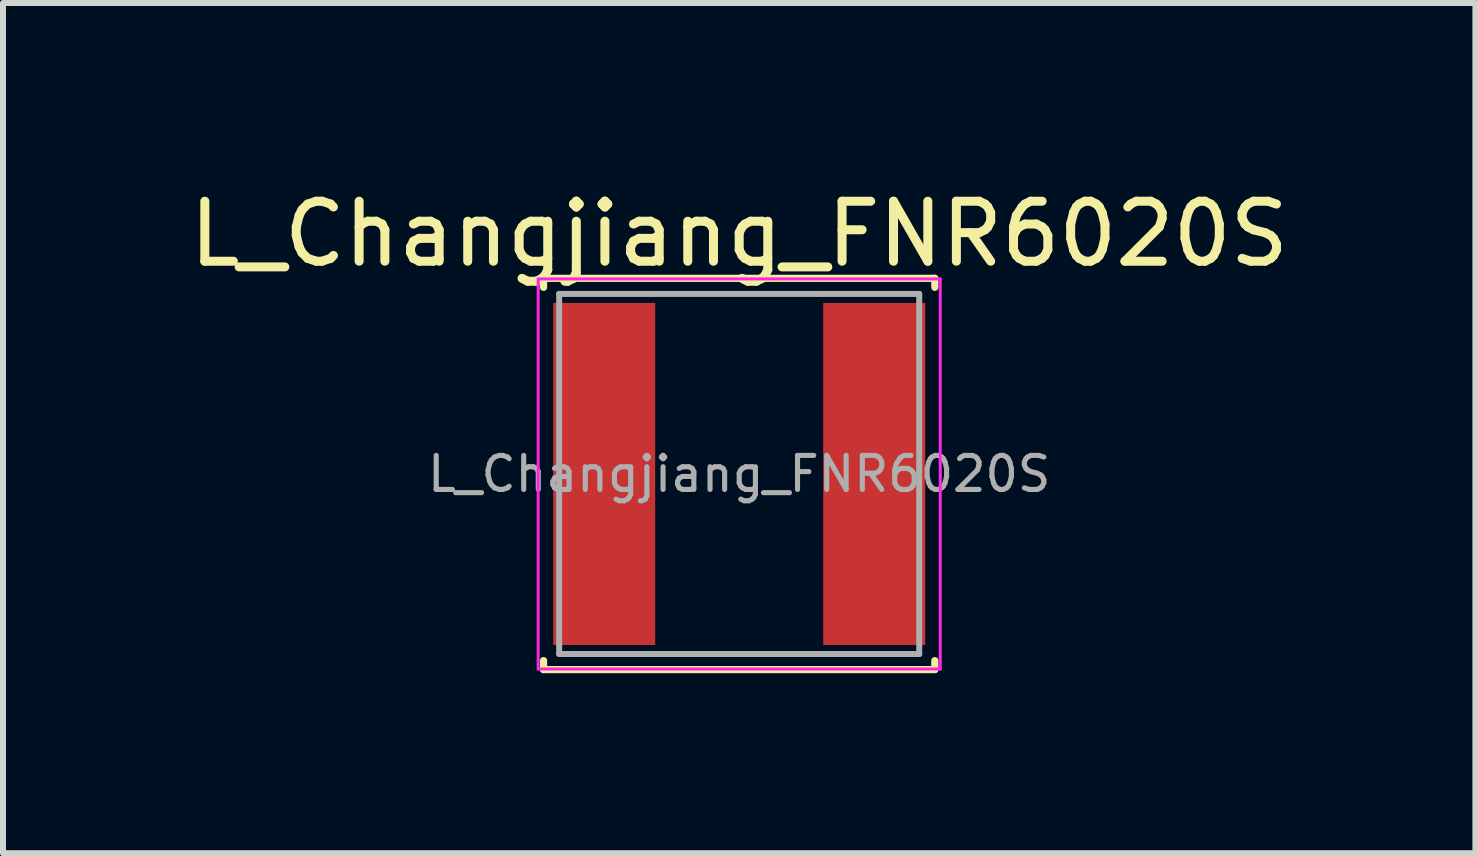
<source format=kicad_pcb>
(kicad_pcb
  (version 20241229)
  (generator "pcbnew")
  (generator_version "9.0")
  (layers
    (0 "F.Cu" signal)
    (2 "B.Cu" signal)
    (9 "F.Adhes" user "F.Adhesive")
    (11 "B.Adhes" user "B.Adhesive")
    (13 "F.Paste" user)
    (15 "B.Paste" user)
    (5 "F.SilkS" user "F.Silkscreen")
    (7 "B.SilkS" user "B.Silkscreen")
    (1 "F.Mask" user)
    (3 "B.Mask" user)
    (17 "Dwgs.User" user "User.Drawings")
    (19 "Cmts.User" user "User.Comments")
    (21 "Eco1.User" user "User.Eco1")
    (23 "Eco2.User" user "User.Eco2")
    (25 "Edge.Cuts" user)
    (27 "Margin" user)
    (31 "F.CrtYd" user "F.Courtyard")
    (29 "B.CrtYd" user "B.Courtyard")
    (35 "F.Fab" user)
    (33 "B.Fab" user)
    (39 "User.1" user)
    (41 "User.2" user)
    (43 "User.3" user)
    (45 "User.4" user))
  (footprint "L_Changjiang_FNR6020S"
    (layer "F.Cu")
    (at 9.268 4.848)
    (property "Reference" "L_Changjiang_FNR6020S" (at 0 -4 0) (layer "F.SilkS") (effects (font (size 1 1) (thickness 0.15))))
    (attr smd)
    (fp_line (start -3.26 -3.26) (end -3.26 -3.11) (stroke (width 0.12) (type solid)) (layer "F.SilkS"))
    (fp_line (start -3.26 -3.26) (end 3.26 -3.26) (stroke (width 0.12) (type solid)) (layer "F.SilkS"))
    (fp_line (start -3.26 3.26) (end -3.26 3.11) (stroke (width 0.12) (type solid)) (layer "F.SilkS"))
    (fp_line (start -3.26 3.26) (end 3.26 3.26) (stroke (width 0.12) (type solid)) (layer "F.SilkS"))
    (fp_line (start 3.26 -3.26) (end 3.26 -3.11) (stroke (width 0.12) (type solid)) (layer "F.SilkS"))
    (fp_line (start 3.26 3.26) (end 3.26 3.11) (stroke (width 0.12) (type solid)) (layer "F.SilkS"))
    (fp_line (start -3.35 -3.25) (end -3.35 3.25) (stroke (width 0.05) (type solid)) (layer "F.CrtYd"))
    (fp_line (start -3.35 3.25) (end 3.35 3.25) (stroke (width 0.05) (type solid)) (layer "F.CrtYd"))
    (fp_line (start 3.35 -3.25) (end -3.35 -3.25) (stroke (width 0.05) (type solid)) (layer "F.CrtYd"))
    (fp_line (start 3.35 3.25) (end 3.35 -3.25) (stroke (width 0.05) (type solid)) (layer "F.CrtYd"))
    (fp_line (start -3 -3) (end -3 3) (stroke (width 0.1) (type solid)) (layer "F.Fab"))
    (fp_line (start -3 3) (end 3 3) (stroke (width 0.1) (type solid)) (layer "F.Fab"))
    (fp_line (start 3 -3) (end -3 -3) (stroke (width 0.1) (type solid)) (layer "F.Fab"))
    (fp_line (start 3 3) (end 3 -3) (stroke (width 0.1) (type solid)) (layer "F.Fab"))
    (fp_text user "${REFERENCE}" (at 0 0 0) (layer "F.Fab") (effects (font (size 0.567 0.567) (thickness 0.085))))
    (pad "1" smd rect (at -2.25 0) (size 1.7 5.7) (layers "F.Cu" "F.Mask" "F.Paste"))
    (pad "2" smd rect (at 2.25 0) (size 1.7 5.7) (layers "F.Cu" "F.Mask" "F.Paste")))
  (gr_rect
    (start -3 -3)
    (end 21.536 11.168)
    (stroke (width 0.1) (type default))
    (fill no)
    (layer "Edge.Cuts")))
</source>
